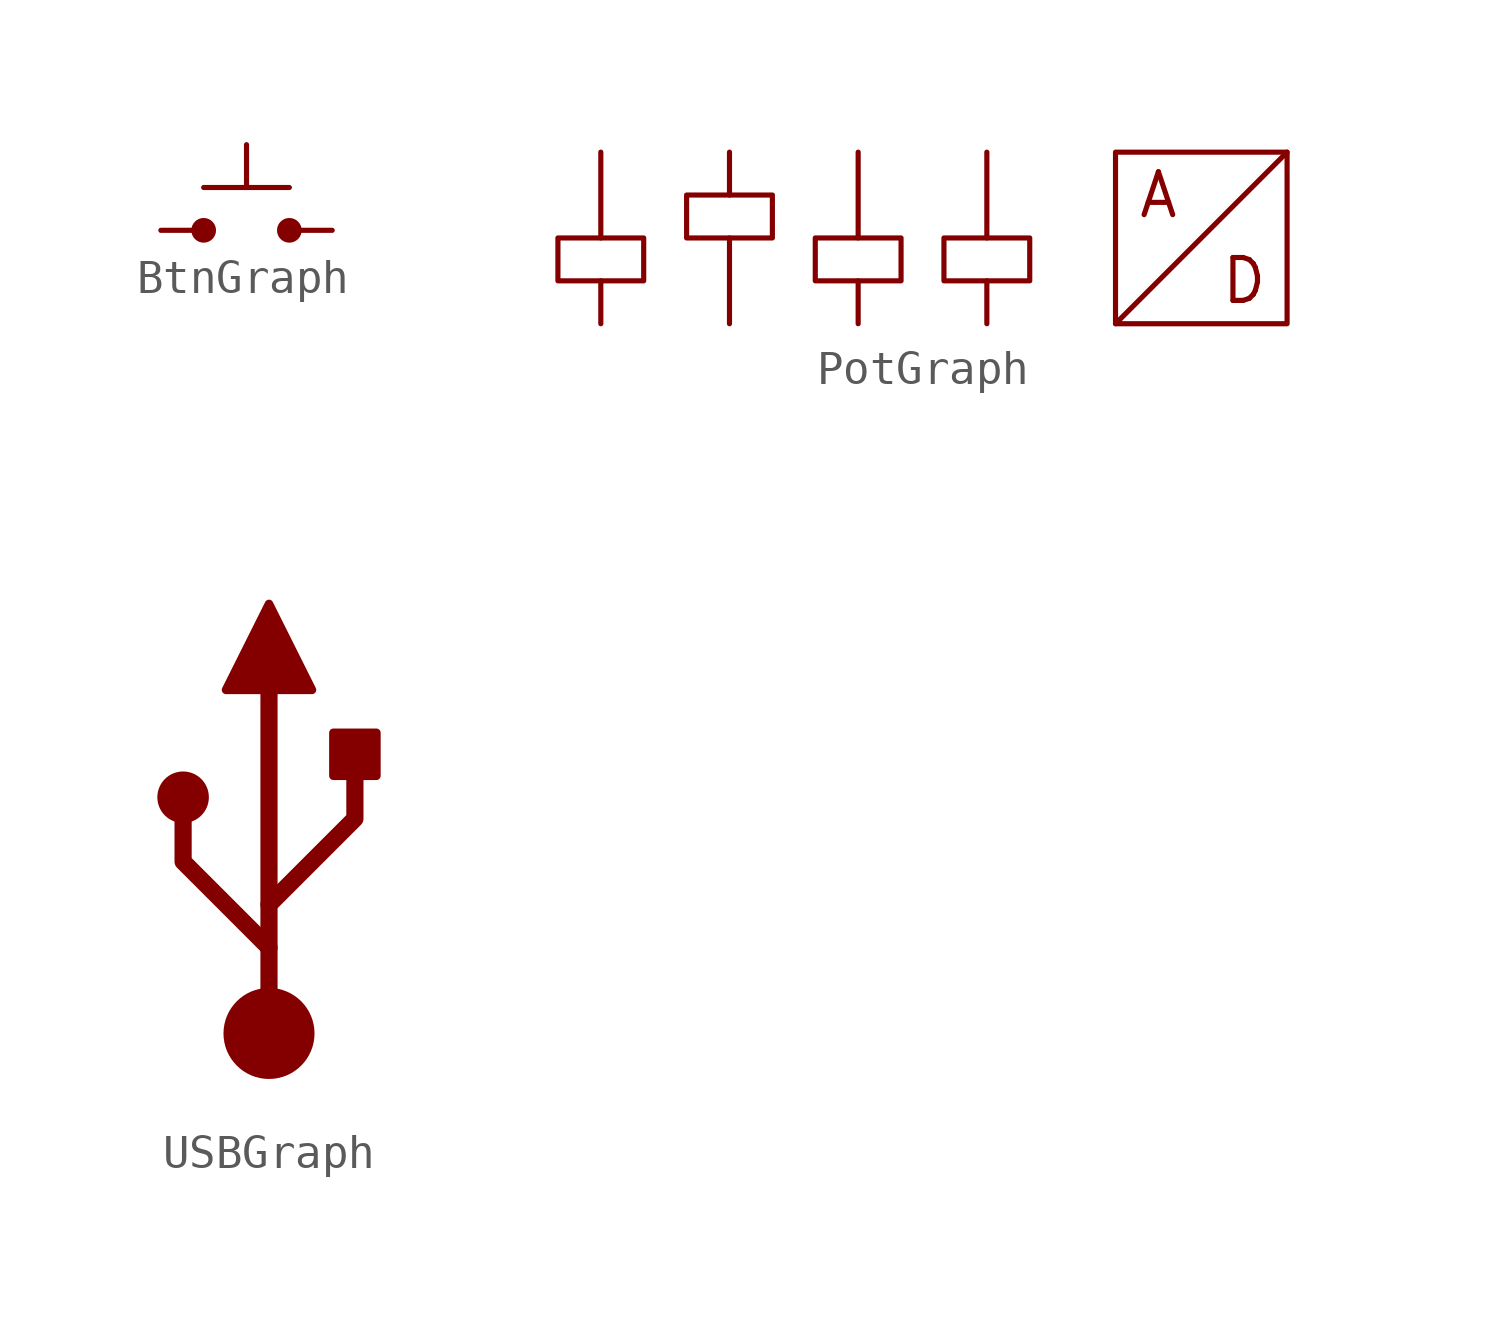
<source format=kicad_sym>
(kicad_symbol_lib
  (version 20220914)
  (generator kicad_symbol_editor)
  (symbol "BtnGraph"
    (property "Reference" "A"
      (at 0 0 0)
      (effects (font (size 1.27 1.27)) hide))
    (property "Value" ""
      (at 0 0 0)
      (effects (font (size 1.27 1.27))))
    (symbol "BtnGraph_0_1"
      (polyline (pts (xy 0 0) (xy 1.27 0)) (stroke (width 0) (type default)) (fill (type none)))
      (polyline (pts (xy 1.27 1.27) (xy 3.81 1.27)) (stroke (width 0) (type default)) (fill (type none)))
      (polyline (pts (xy 2.54 2.54) (xy 2.54 1.27)) (stroke (width 0) (type default)) (fill (type none)))
      (polyline (pts (xy 5.08 0) (xy 3.81 0)) (stroke (width 0) (type default)) (fill (type none))))
    (symbol "BtnGraph_1_1"
      (circle (center 1.27 0) (radius 0.29) (stroke (width 0) (type default) (color 132 0 0 1)) (fill (type outline)))
      (circle (center 3.81 0) (radius 0.29) (stroke (width 0) (type default) (color 132 0 0 1)) (fill (type outline)))))
  (symbol "PotGraph"
    (pin_numbers hide)
    (pin_names
      (offset 0) hide)
    (property "Reference" "A"
      (at 1.27 3.81 0)
      (effects (font (size 1.27 1.27)) hide))
    (property "Value" ""
      (at 1.27 3.81 0)
      (effects (font (size 1.27 1.27))))
    (symbol "PotGraph_0_1"
      (polyline (pts (xy 1.27 0) (xy 1.27 1.27)) (stroke (width 0) (type default)) (fill (type none)))
      (polyline (pts (xy 1.27 5.08) (xy 1.27 2.54)) (stroke (width 0) (type default)) (fill (type none)))
      (polyline (pts (xy 5.08 0) (xy 5.08 2.54)) (stroke (width 0) (type default)) (fill (type none)))
      (polyline (pts (xy 5.08 5.08) (xy 5.08 3.81)) (stroke (width 0) (type default)) (fill (type none)))
      (polyline (pts (xy 8.89 0) (xy 8.89 1.27)) (stroke (width 0) (type default)) (fill (type none)))
      (polyline (pts (xy 8.89 5.08) (xy 8.89 2.54)) (stroke (width 0) (type default)) (fill (type none)))
      (polyline (pts (xy 12.7 0) (xy 12.7 1.27)) (stroke (width 0) (type default)) (fill (type none)))
      (polyline (pts (xy 12.7 5.08) (xy 12.7 2.54)) (stroke (width 0) (type default)) (fill (type none)))
      (polyline (pts (xy 16.51 0) (xy 21.59 5.08)) (stroke (width 0) (type default)) (fill (type none)))
      (rectangle (start 0 2.54) (end 2.54 1.27) (stroke (width 0) (type default)) (fill (type none)))
      (rectangle (start 3.81 3.81) (end 6.35 2.54) (stroke (width 0) (type default)) (fill (type none)))
      (rectangle (start 7.62 2.54) (end 10.16 1.27) (stroke (width 0) (type default)) (fill (type none)))
      (rectangle (start 11.43 2.54) (end 13.97 1.27) (stroke (width 0) (type default)) (fill (type none)))
      (rectangle (start 16.51 5.08) (end 21.59 0) (stroke (width 0) (type default)) (fill (type none))))
    (symbol "PotGraph_1_1"
      (text "A" (at 17.78 3.81 0) (effects (font (size 1.27 1.27))))
      (text "D" (at 20.32 1.27 0) (effects (font (size 1.27 1.27))))))
  (symbol "USBGraph"
    (property "Reference" "A"
      (at 0 0 0)
      (effects (font (size 1.27 1.27)) hide))
    (property "Value" ""
      (at 0 0 0)
      (effects (font (size 1.27 1.27))))
    (symbol "USBGraph_0_1"
      (polyline (pts (xy 2.54 -6.985) (xy 2.54 3.175)) (stroke (width 0.508) (type default)) (fill (type none)))
      (polyline (pts (xy 2.54 -4.445) (xy 0 -1.905) (xy 0 -0.635)) (stroke (width 0.508) (type default)) (fill (type none)))
      (polyline (pts (xy 2.54 -3.175) (xy 5.08 -0.635) (xy 5.08 0.635)) (stroke (width 0.508) (type default)) (fill (type none)))
      (polyline (pts (xy 1.27 3.175) (xy 2.54 5.715) (xy 3.81 3.175) (xy 1.27 3.175)) (stroke (width 0.254) (type default)) (fill (type outline)))
      (circle (center 0 0) (radius 0.635) (stroke (width 0.254) (type default)) (fill (type outline)))
      (circle (center 2.54 -6.985) (radius 1.27) (stroke (width 0) (type default)) (fill (type outline)))
      (rectangle (start 4.445 0.635) (end 5.715 1.905) (stroke (width 0.254) (type default)) (fill (type outline))))))
</source>
